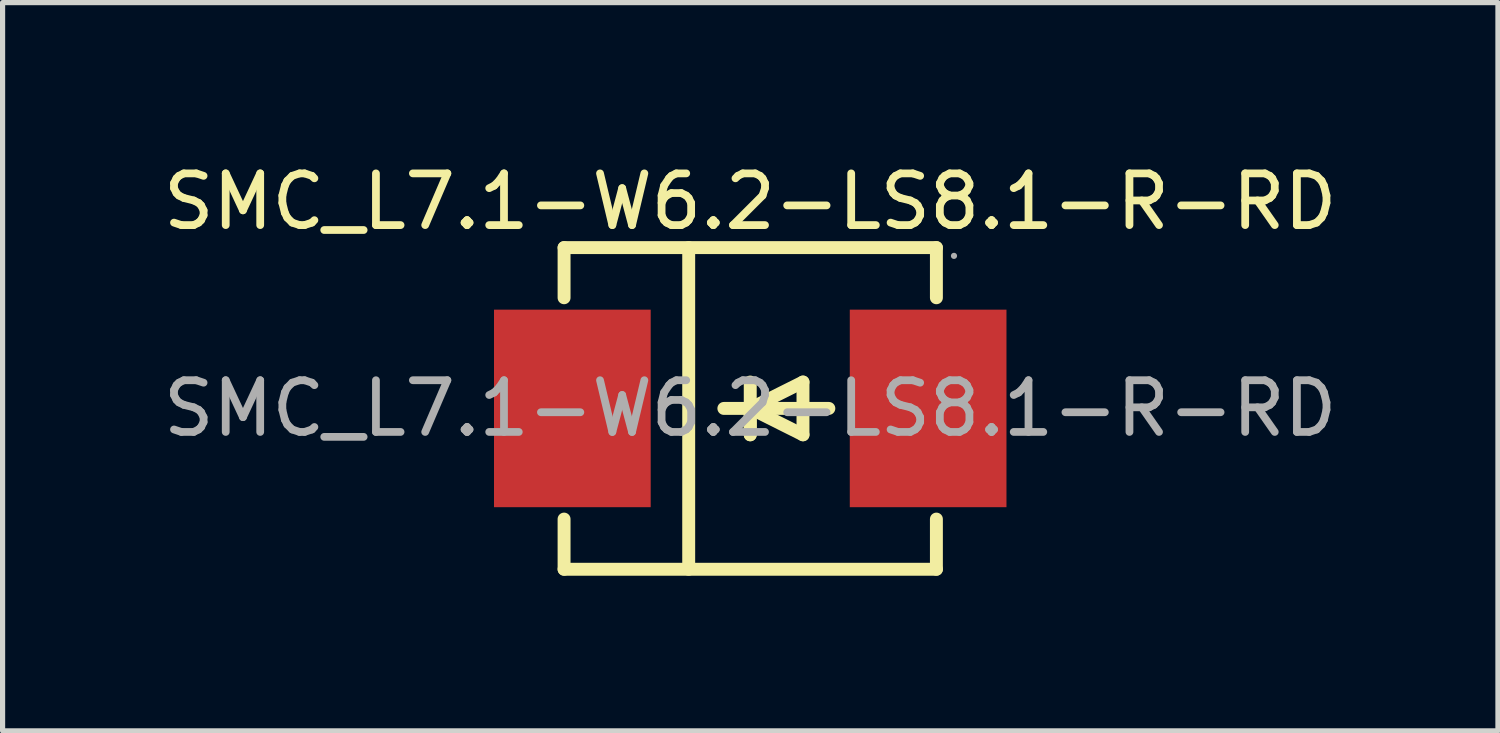
<source format=kicad_pcb>
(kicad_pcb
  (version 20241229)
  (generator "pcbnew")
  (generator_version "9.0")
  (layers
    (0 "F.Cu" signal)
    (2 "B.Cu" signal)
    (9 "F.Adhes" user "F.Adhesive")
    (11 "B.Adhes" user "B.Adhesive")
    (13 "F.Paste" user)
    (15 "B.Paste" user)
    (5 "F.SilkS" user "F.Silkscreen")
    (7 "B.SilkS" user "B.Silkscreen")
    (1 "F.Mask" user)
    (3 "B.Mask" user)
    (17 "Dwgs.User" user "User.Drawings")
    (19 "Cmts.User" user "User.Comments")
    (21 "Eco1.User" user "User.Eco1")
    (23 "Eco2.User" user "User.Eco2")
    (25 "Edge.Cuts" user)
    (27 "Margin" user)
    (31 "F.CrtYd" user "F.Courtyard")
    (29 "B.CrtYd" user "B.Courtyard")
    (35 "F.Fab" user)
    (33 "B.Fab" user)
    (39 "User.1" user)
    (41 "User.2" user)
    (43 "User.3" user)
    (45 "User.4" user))
  (footprint "SMC_L7.1-W6.2-LS8.1-R-RD"
    (layer "F.Cu")
    (at 11.458 4.848)
    (property "Reference" "SMC_L7.1-W6.2-LS8.1-R-RD" (at 0 -4 0) (layer "F.SilkS") (effects (font (size 1 1) (thickness 0.15))))
    (attr smd)
    (fp_line (start -3.6 -3.11) (end -3.6 -2.14) (stroke (width 0.25) (type solid)) (layer "F.SilkS"))
    (fp_line (start -3.6 -3.11) (end 3.6 -3.11) (stroke (width 0.25) (type solid)) (layer "F.SilkS"))
    (fp_line (start -3.6 2.14) (end -3.6 3.11) (stroke (width 0.25) (type solid)) (layer "F.SilkS"))
    (fp_line (start -3.6 3.11) (end 3.6 3.11) (stroke (width 0.25) (type solid)) (layer "F.SilkS"))
    (fp_line (start -1.19 -3.11) (end -1.19 3.11) (stroke (width 0.25) (type solid)) (layer "F.SilkS"))
    (fp_line (start 0 0) (end 0 0.51) (stroke (width 0.25) (type solid)) (layer "F.SilkS"))
    (fp_line (start 0 0) (end 1.02 0.51) (stroke (width 0.25) (type solid)) (layer "F.SilkS"))
    (fp_line (start 0 0.51) (end 0 -0.51) (stroke (width 0.25) (type solid)) (layer "F.SilkS"))
    (fp_line (start 1.02 -0.51) (end 0 0) (stroke (width 0.25) (type solid)) (layer "F.SilkS"))
    (fp_line (start 1.02 0.51) (end 1.02 -0.51) (stroke (width 0.25) (type solid)) (layer "F.SilkS"))
    (fp_line (start 1.52 0) (end -0.51 0) (stroke (width 0.25) (type solid)) (layer "F.SilkS"))
    (fp_line (start 3.6 -3.11) (end 3.6 -2.14) (stroke (width 0.25) (type solid)) (layer "F.SilkS"))
    (fp_line (start 3.6 2.14) (end 3.6 3.11) (stroke (width 0.25) (type solid)) (layer "F.SilkS"))
    (fp_circle (center 3.94 -2.95) (end 3.97 -2.95) (stroke (width 0.06) (type solid)) (fill no) (layer "F.Fab"))
    (fp_text user "${REFERENCE}" (at 0 0 0) (layer "F.Fab") (effects (font (size 1 1) (thickness 0.15))))
    (pad "1" smd rect (at 3.44 0 180) (size 3.03 3.82) (layers "F.Cu" "F.Mask" "F.Paste"))
    (pad "2" smd rect (at -3.44 0 180) (size 3.03 3.82) (layers "F.Cu" "F.Mask" "F.Paste")))
  (gr_rect
    (start -3 -3)
    (end 25.917 11.083)
    (stroke (width 0.1) (type default))
    (fill no)
    (layer "Edge.Cuts")))
</source>
